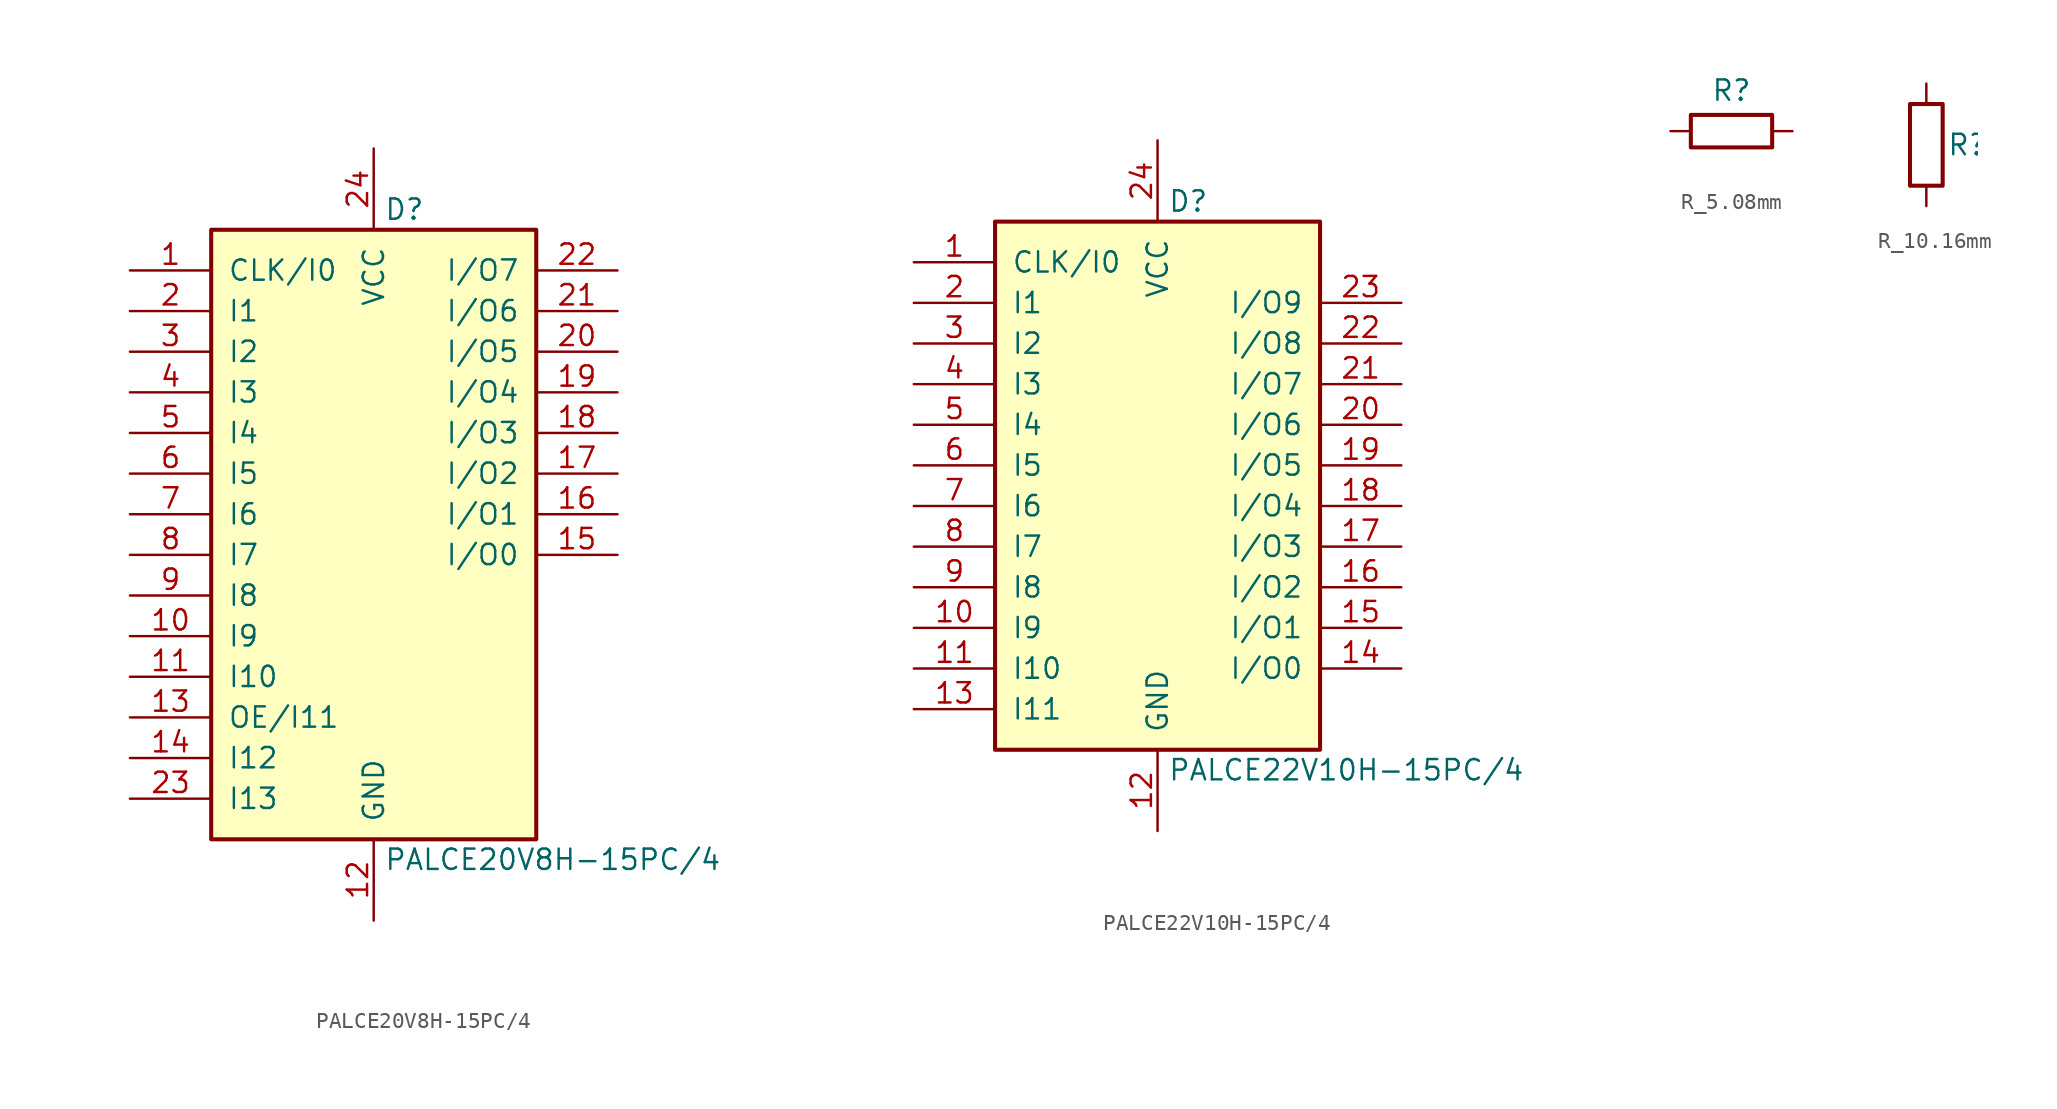
<source format=kicad_sym>
(kicad_symbol_lib
  (version 20241209)
  (generator "kicad_symbol_editor")
  (generator_version "9.0")
  (symbol "PALCE20V8H-15PC/4"
    (pin_names
      (offset 1.016))
    (property "Reference" "D"
      (at 0.635 19.05 0)
      (do_not_autoplace)
      (effects (font (size 1.27 1.27)) (justify left)))
    (property "Value" "PALCE20V8H-15PC/4"
      (at 0.635 -21.59 0)
      (do_not_autoplace)
      (effects (font (size 1.27 1.27)) (justify left)))
    (symbol "PALCE20V8H-15PC/4_1_0"
      (pin input line (at -15.24 15.24 0) (length 5.08) (name "CLK/I0" (effects (font (size 1.27 1.27)))) (number "1" (effects (font (size 1.27 1.27)))))
      (pin input line (at -15.24 12.7 0) (length 5.08) (name "I1" (effects (font (size 1.27 1.27)))) (number "2" (effects (font (size 1.27 1.27)))))
      (pin input line (at -15.24 10.16 0) (length 5.08) (name "I2" (effects (font (size 1.27 1.27)))) (number "3" (effects (font (size 1.27 1.27)))))
      (pin input line (at -15.24 7.62 0) (length 5.08) (name "I3" (effects (font (size 1.27 1.27)))) (number "4" (effects (font (size 1.27 1.27)))))
      (pin input line (at -15.24 5.08 0) (length 5.08) (name "I4" (effects (font (size 1.27 1.27)))) (number "5" (effects (font (size 1.27 1.27)))))
      (pin input line (at -15.24 2.54 0) (length 5.08) (name "I5" (effects (font (size 1.27 1.27)))) (number "6" (effects (font (size 1.27 1.27)))))
      (pin input line (at -15.24 0 0) (length 5.08) (name "I6" (effects (font (size 1.27 1.27)))) (number "7" (effects (font (size 1.27 1.27)))))
      (pin input line (at -15.24 -2.54 0) (length 5.08) (name "I7" (effects (font (size 1.27 1.27)))) (number "8" (effects (font (size 1.27 1.27)))))
      (pin input line (at -15.24 -5.08 0) (length 5.08) (name "I8" (effects (font (size 1.27 1.27)))) (number "9" (effects (font (size 1.27 1.27)))))
      (pin input line (at -15.24 -7.62 0) (length 5.08) (name "I9" (effects (font (size 1.27 1.27)))) (number "10" (effects (font (size 1.27 1.27)))))
      (pin input line (at -15.24 -10.16 0) (length 5.08) (name "I10" (effects (font (size 1.27 1.27)))) (number "11" (effects (font (size 1.27 1.27)))))
      (pin input line (at -15.24 -12.7 0) (length 5.08) (name "OE/I11" (effects (font (size 1.27 1.27)))) (number "13" (effects (font (size 1.27 1.27)))))
      (pin input line (at -15.24 -15.24 0) (length 5.08) (name "I12" (effects (font (size 1.27 1.27)))) (number "14" (effects (font (size 1.27 1.27)))))
      (pin input line (at -15.24 -17.78 0) (length 5.08) (name "I13" (effects (font (size 1.27 1.27)))) (number "23" (effects (font (size 1.27 1.27)))))
      (pin power_in line (at 0 22.86 270) (length 5.08) (name "VCC" (effects (font (size 1.27 1.27)))) (number "24" (effects (font (size 1.27 1.27)))))
      (pin power_in line (at 0 -25.4 90) (length 5.08) (name "GND" (effects (font (size 1.27 1.27)))) (number "12" (effects (font (size 1.27 1.27)))))
      (pin tri_state line (at 15.24 15.24 180) (length 5.08) (name "I/O7" (effects (font (size 1.27 1.27)))) (number "22" (effects (font (size 1.27 1.27)))))
      (pin tri_state line (at 15.24 12.7 180) (length 5.08) (name "I/O6" (effects (font (size 1.27 1.27)))) (number "21" (effects (font (size 1.27 1.27)))))
      (pin tri_state line (at 15.24 10.16 180) (length 5.08) (name "I/O5" (effects (font (size 1.27 1.27)))) (number "20" (effects (font (size 1.27 1.27)))))
      (pin tri_state line (at 15.24 7.62 180) (length 5.08) (name "I/O4" (effects (font (size 1.27 1.27)))) (number "19" (effects (font (size 1.27 1.27)))))
      (pin tri_state line (at 15.24 5.08 180) (length 5.08) (name "I/O3" (effects (font (size 1.27 1.27)))) (number "18" (effects (font (size 1.27 1.27)))))
      (pin tri_state line (at 15.24 2.54 180) (length 5.08) (name "I/O2" (effects (font (size 1.27 1.27)))) (number "17" (effects (font (size 1.27 1.27)))))
      (pin tri_state line (at 15.24 0 180) (length 5.08) (name "I/O1" (effects (font (size 1.27 1.27)))) (number "16" (effects (font (size 1.27 1.27)))))
      (pin tri_state line (at 15.24 -2.54 180) (length 5.08) (name "I/O0" (effects (font (size 1.27 1.27)))) (number "15" (effects (font (size 1.27 1.27))))))
    (symbol "PALCE20V8H-15PC/4_1_1"
      (rectangle (start -10.16 17.78) (end 10.16 -20.32) (stroke (width 0.254) (type default)) (fill (type background)))))
  (symbol "PALCE22V10H-15PC/4"
    (pin_names
      (offset 1.016))
    (property "Reference" "D"
      (at 0.635 19.05 0)
      (do_not_autoplace)
      (effects (font (size 1.27 1.27)) (justify left)))
    (property "Value" "PALCE22V10H-15PC/4"
      (at 0.635 -16.51 0)
      (do_not_autoplace)
      (effects (font (size 1.27 1.27)) (justify left)))
    (symbol "PALCE22V10H-15PC/4_1_0"
      (pin input line (at -15.24 15.24 0) (length 5.08) (name "CLK/I0" (effects (font (size 1.27 1.27)))) (number "1" (effects (font (size 1.27 1.27)))))
      (pin input line (at -15.24 12.7 0) (length 5.08) (name "I1" (effects (font (size 1.27 1.27)))) (number "2" (effects (font (size 1.27 1.27)))))
      (pin input line (at -15.24 10.16 0) (length 5.08) (name "I2" (effects (font (size 1.27 1.27)))) (number "3" (effects (font (size 1.27 1.27)))))
      (pin input line (at -15.24 7.62 0) (length 5.08) (name "I3" (effects (font (size 1.27 1.27)))) (number "4" (effects (font (size 1.27 1.27)))))
      (pin input line (at -15.24 5.08 0) (length 5.08) (name "I4" (effects (font (size 1.27 1.27)))) (number "5" (effects (font (size 1.27 1.27)))))
      (pin input line (at -15.24 2.54 0) (length 5.08) (name "I5" (effects (font (size 1.27 1.27)))) (number "6" (effects (font (size 1.27 1.27)))))
      (pin input line (at -15.24 0 0) (length 5.08) (name "I6" (effects (font (size 1.27 1.27)))) (number "7" (effects (font (size 1.27 1.27)))))
      (pin input line (at -15.24 -2.54 0) (length 5.08) (name "I7" (effects (font (size 1.27 1.27)))) (number "8" (effects (font (size 1.27 1.27)))))
      (pin input line (at -15.24 -5.08 0) (length 5.08) (name "I8" (effects (font (size 1.27 1.27)))) (number "9" (effects (font (size 1.27 1.27)))))
      (pin input line (at -15.24 -7.62 0) (length 5.08) (name "I9" (effects (font (size 1.27 1.27)))) (number "10" (effects (font (size 1.27 1.27)))))
      (pin input line (at -15.24 -10.16 0) (length 5.08) (name "I10" (effects (font (size 1.27 1.27)))) (number "11" (effects (font (size 1.27 1.27)))))
      (pin input line (at -15.24 -12.7 0) (length 5.08) (name "I11" (effects (font (size 1.27 1.27)))) (number "13" (effects (font (size 1.27 1.27)))))
      (pin power_in line (at 0 22.86 270) (length 5.08) (name "VCC" (effects (font (size 1.27 1.27)))) (number "24" (effects (font (size 1.27 1.27)))))
      (pin power_in line (at 0 -20.32 90) (length 5.08) (name "GND" (effects (font (size 1.27 1.27)))) (number "12" (effects (font (size 1.27 1.27)))))
      (pin input line (at 15.24 12.7 180) (length 5.08) (name "I/O9" (effects (font (size 1.27 1.27)))) (number "23" (effects (font (size 1.27 1.27)))))
      (pin tri_state line (at 15.24 10.16 180) (length 5.08) (name "I/O8" (effects (font (size 1.27 1.27)))) (number "22" (effects (font (size 1.27 1.27)))))
      (pin tri_state line (at 15.24 7.62 180) (length 5.08) (name "I/O7" (effects (font (size 1.27 1.27)))) (number "21" (effects (font (size 1.27 1.27)))))
      (pin tri_state line (at 15.24 5.08 180) (length 5.08) (name "I/O6" (effects (font (size 1.27 1.27)))) (number "20" (effects (font (size 1.27 1.27)))))
      (pin tri_state line (at 15.24 2.54 180) (length 5.08) (name "I/O5" (effects (font (size 1.27 1.27)))) (number "19" (effects (font (size 1.27 1.27)))))
      (pin tri_state line (at 15.24 0 180) (length 5.08) (name "I/O4" (effects (font (size 1.27 1.27)))) (number "18" (effects (font (size 1.27 1.27)))))
      (pin tri_state line (at 15.24 -2.54 180) (length 5.08) (name "I/O3" (effects (font (size 1.27 1.27)))) (number "17" (effects (font (size 1.27 1.27)))))
      (pin tri_state line (at 15.24 -5.08 180) (length 5.08) (name "I/O2" (effects (font (size 1.27 1.27)))) (number "16" (effects (font (size 1.27 1.27)))))
      (pin tri_state line (at 15.24 -7.62 180) (length 5.08) (name "I/O1" (effects (font (size 1.27 1.27)))) (number "15" (effects (font (size 1.27 1.27)))))
      (pin input line (at 15.24 -10.16 180) (length 5.08) (name "I/O0" (effects (font (size 1.27 1.27)))) (number "14" (effects (font (size 1.27 1.27))))))
    (symbol "PALCE22V10H-15PC/4_1_1"
      (rectangle (start -10.16 17.78) (end 10.16 -15.24) (stroke (width 0.254) (type default)) (fill (type background)))))
  (symbol "R_5.08mm"
    (pin_numbers
      (hide yes))
    (pin_names
      (offset 0.254)
      (hide yes))
    (property "Reference" "R"
      (at 0 2.54 0)
      (effects (font (size 1.27 1.27))))
    (property "Value" ""
      (at 0 -2.54 0)
      (effects (font (size 1.27 1.27))))
    (symbol "R_5.08mm_0_1"
      (rectangle (start -2.54 1.016) (end 2.54 -1.016) (stroke (width 0.254) (type default)) (fill (type none))))
    (symbol "R_5.08mm_1_1"
      (pin passive line (at -3.81 0 0) (length 1.27) (name "~" (effects (font (size 1.27 1.27)))) (number "1" (effects (font (size 1.27 1.27)))))
      (pin passive line (at 3.81 0 180) (length 1.27) (name "~" (effects (font (size 1.27 1.27)))) (number "2" (effects (font (size 1.27 1.27)))))))
  (symbol "R_10.16mm"
    (pin_numbers
      (hide yes))
    (pin_names
      (offset 0.254)
      (hide yes))
    (property "Reference" "R"
      (at 1.27 0 0)
      (effects (font (size 1.27 1.27)) (justify left)))
    (property "Value" ""
      (at -1.27 0 0)
      (effects (font (size 1.27 1.27)) (justify right)))
    (symbol "R_10.16mm_0_1"
      (rectangle (start -1.016 2.54) (end 1.016 -2.54) (stroke (width 0.254) (type default)) (fill (type none))))
    (symbol "R_10.16mm_1_1"
      (pin passive line (at 0 3.81 270) (length 1.27) (name "~" (effects (font (size 1.27 1.27)))) (number "2" (effects (font (size 1.27 1.27)))))
      (pin passive line (at 0 -3.81 90) (length 1.27) (name "~" (effects (font (size 1.27 1.27)))) (number "1" (effects (font (size 1.27 1.27))))))))
</source>
